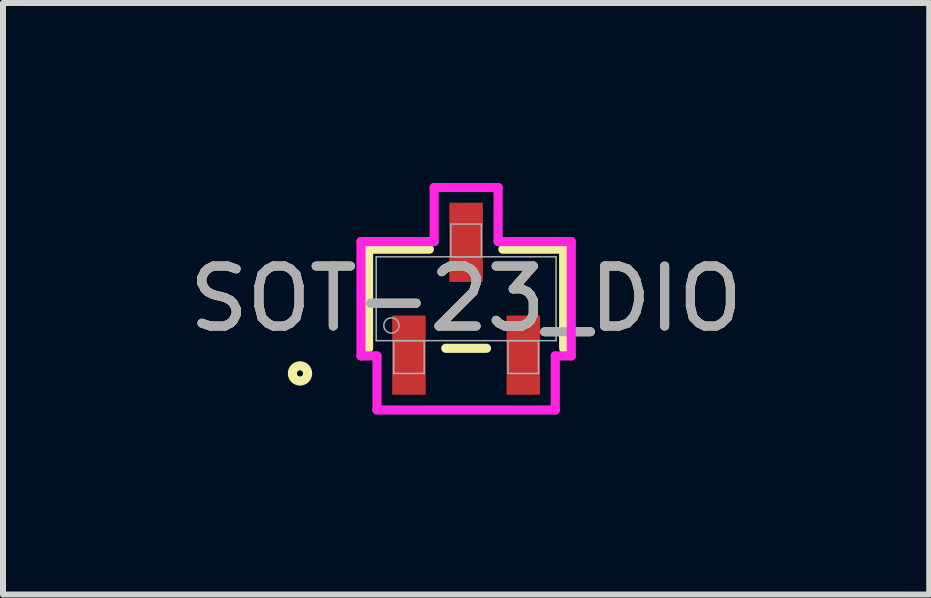
<source format=kicad_pcb>
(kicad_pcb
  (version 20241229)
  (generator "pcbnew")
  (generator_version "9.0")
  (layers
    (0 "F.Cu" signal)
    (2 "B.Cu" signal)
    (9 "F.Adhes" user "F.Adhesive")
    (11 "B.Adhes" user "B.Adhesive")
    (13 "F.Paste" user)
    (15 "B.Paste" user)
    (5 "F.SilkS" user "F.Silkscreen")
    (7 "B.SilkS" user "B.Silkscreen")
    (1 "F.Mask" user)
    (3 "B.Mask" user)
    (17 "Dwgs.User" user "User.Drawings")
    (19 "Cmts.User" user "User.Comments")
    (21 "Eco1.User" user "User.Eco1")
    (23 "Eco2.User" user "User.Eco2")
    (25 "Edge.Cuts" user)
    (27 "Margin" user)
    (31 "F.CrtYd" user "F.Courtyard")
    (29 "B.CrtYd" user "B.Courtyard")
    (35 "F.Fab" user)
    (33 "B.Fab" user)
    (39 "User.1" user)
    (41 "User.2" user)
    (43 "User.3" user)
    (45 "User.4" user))
  (footprint "SOT-23_DIO"
    (layer "F.Cu")
    (at 4.72 1.93)
    (property "Reference" "SOT-23_DIO" (at 0 0 0) (unlocked yes) (layer "F.SilkS") (effects (font (size 1 1) (thickness 0.15))))
    (attr smd)
    (fp_line (start -1.626 -0.826) (end -1.626 0.826) (stroke (width 0.152) (type solid)) (layer "F.SilkS"))
    (fp_line (start -0.612 -0.826) (end -1.626 -0.826) (stroke (width 0.152) (type solid)) (layer "F.SilkS"))
    (fp_line (start -0.34 0.826) (end 0.34 0.826) (stroke (width 0.152) (type solid)) (layer "F.SilkS"))
    (fp_line (start 1.626 -0.826) (end 0.612 -0.826) (stroke (width 0.152) (type solid)) (layer "F.SilkS"))
    (fp_line (start 1.626 0.826) (end 1.626 -0.826) (stroke (width 0.152) (type solid)) (layer "F.SilkS"))
    (fp_circle (center -2.769 1.245) (end -2.642 1.245) (stroke (width 0.152) (type solid)) (fill no) (layer "F.SilkS"))
    (fp_line (start -1.753 -0.953) (end -0.533 -0.953) (stroke (width 0.152) (type solid)) (layer "F.CrtYd"))
    (fp_line (start -1.753 0.953) (end -1.753 -0.953) (stroke (width 0.152) (type solid)) (layer "F.CrtYd"))
    (fp_line (start -1.753 0.953) (end -1.486 0.953) (stroke (width 0.152) (type solid)) (layer "F.CrtYd"))
    (fp_line (start -1.486 0.953) (end -1.486 1.854) (stroke (width 0.152) (type solid)) (layer "F.CrtYd"))
    (fp_line (start -1.486 1.854) (end 1.486 1.854) (stroke (width 0.152) (type solid)) (layer "F.CrtYd"))
    (fp_line (start -0.533 -1.854) (end 0.533 -1.854) (stroke (width 0.152) (type solid)) (layer "F.CrtYd"))
    (fp_line (start -0.533 -0.953) (end -0.533 -1.854) (stroke (width 0.152) (type solid)) (layer "F.CrtYd"))
    (fp_line (start 0.533 -0.953) (end 0.533 -1.854) (stroke (width 0.152) (type solid)) (layer "F.CrtYd"))
    (fp_line (start 1.486 0.953) (end 1.486 1.854) (stroke (width 0.152) (type solid)) (layer "F.CrtYd"))
    (fp_line (start 1.753 -0.953) (end 0.533 -0.953) (stroke (width 0.152) (type solid)) (layer "F.CrtYd"))
    (fp_line (start 1.753 -0.953) (end 1.753 0.953) (stroke (width 0.152) (type solid)) (layer "F.CrtYd"))
    (fp_line (start 1.753 0.953) (end 1.486 0.953) (stroke (width 0.152) (type solid)) (layer "F.CrtYd"))
    (fp_line (start -1.499 -0.699) (end -1.499 0.699) (stroke (width 0.025) (type solid)) (layer "F.Fab"))
    (fp_line (start -1.499 0.699) (end 1.499 0.699) (stroke (width 0.025) (type solid)) (layer "F.Fab"))
    (fp_line (start -1.206 0.699) (end -1.206 1.245) (stroke (width 0.025) (type solid)) (layer "F.Fab"))
    (fp_line (start -1.206 1.245) (end -0.699 1.245) (stroke (width 0.025) (type solid)) (layer "F.Fab"))
    (fp_line (start -0.699 0.699) (end -1.206 0.699) (stroke (width 0.025) (type solid)) (layer "F.Fab"))
    (fp_line (start -0.699 1.245) (end -0.699 0.699) (stroke (width 0.025) (type solid)) (layer "F.Fab"))
    (fp_line (start -0.254 -1.245) (end -0.254 -0.699) (stroke (width 0.025) (type solid)) (layer "F.Fab"))
    (fp_line (start -0.254 -0.699) (end 0.254 -0.699) (stroke (width 0.025) (type solid)) (layer "F.Fab"))
    (fp_line (start 0.254 -1.245) (end -0.254 -1.245) (stroke (width 0.025) (type solid)) (layer "F.Fab"))
    (fp_line (start 0.254 -0.699) (end 0.254 -1.245) (stroke (width 0.025) (type solid)) (layer "F.Fab"))
    (fp_line (start 0.699 0.699) (end 0.699 1.245) (stroke (width 0.025) (type solid)) (layer "F.Fab"))
    (fp_line (start 0.699 1.245) (end 1.206 1.245) (stroke (width 0.025) (type solid)) (layer "F.Fab"))
    (fp_line (start 1.206 0.699) (end 0.699 0.699) (stroke (width 0.025) (type solid)) (layer "F.Fab"))
    (fp_line (start 1.206 1.245) (end 1.206 0.699) (stroke (width 0.025) (type solid)) (layer "F.Fab"))
    (fp_line (start 1.499 -0.699) (end -1.499 -0.699) (stroke (width 0.025) (type solid)) (layer "F.Fab"))
    (fp_line (start 1.499 0.699) (end 1.499 -0.699) (stroke (width 0.025) (type solid)) (layer "F.Fab"))
    (fp_circle (center -1.245 0.445) (end -1.118 0.445) (stroke (width 0.025) (type solid)) (fill no) (layer "F.Fab"))
    (fp_text user "${REFERENCE}" (at 0 0 0) (unlocked yes) (layer "F.Fab") (effects (font (size 1 1) (thickness 0.15))))
    (pad "1" smd rect (at -0.953 0.94) (size 0.559 1.321) (layers "F.Cu" "F.Mask" "F.Paste"))
    (pad "2" smd rect (at 0.953 0.94) (size 0.559 1.321) (layers "F.Cu" "F.Mask" "F.Paste"))
    (pad "3" smd rect (at 0 -0.94) (size 0.559 1.321) (layers "F.Cu" "F.Mask" "F.Paste")))
  (gr_rect
    (start -3 -3)
    (end 12.44 6.861)
    (stroke (width 0.1) (type default))
    (fill no)
    (layer "Edge.Cuts")))
</source>
